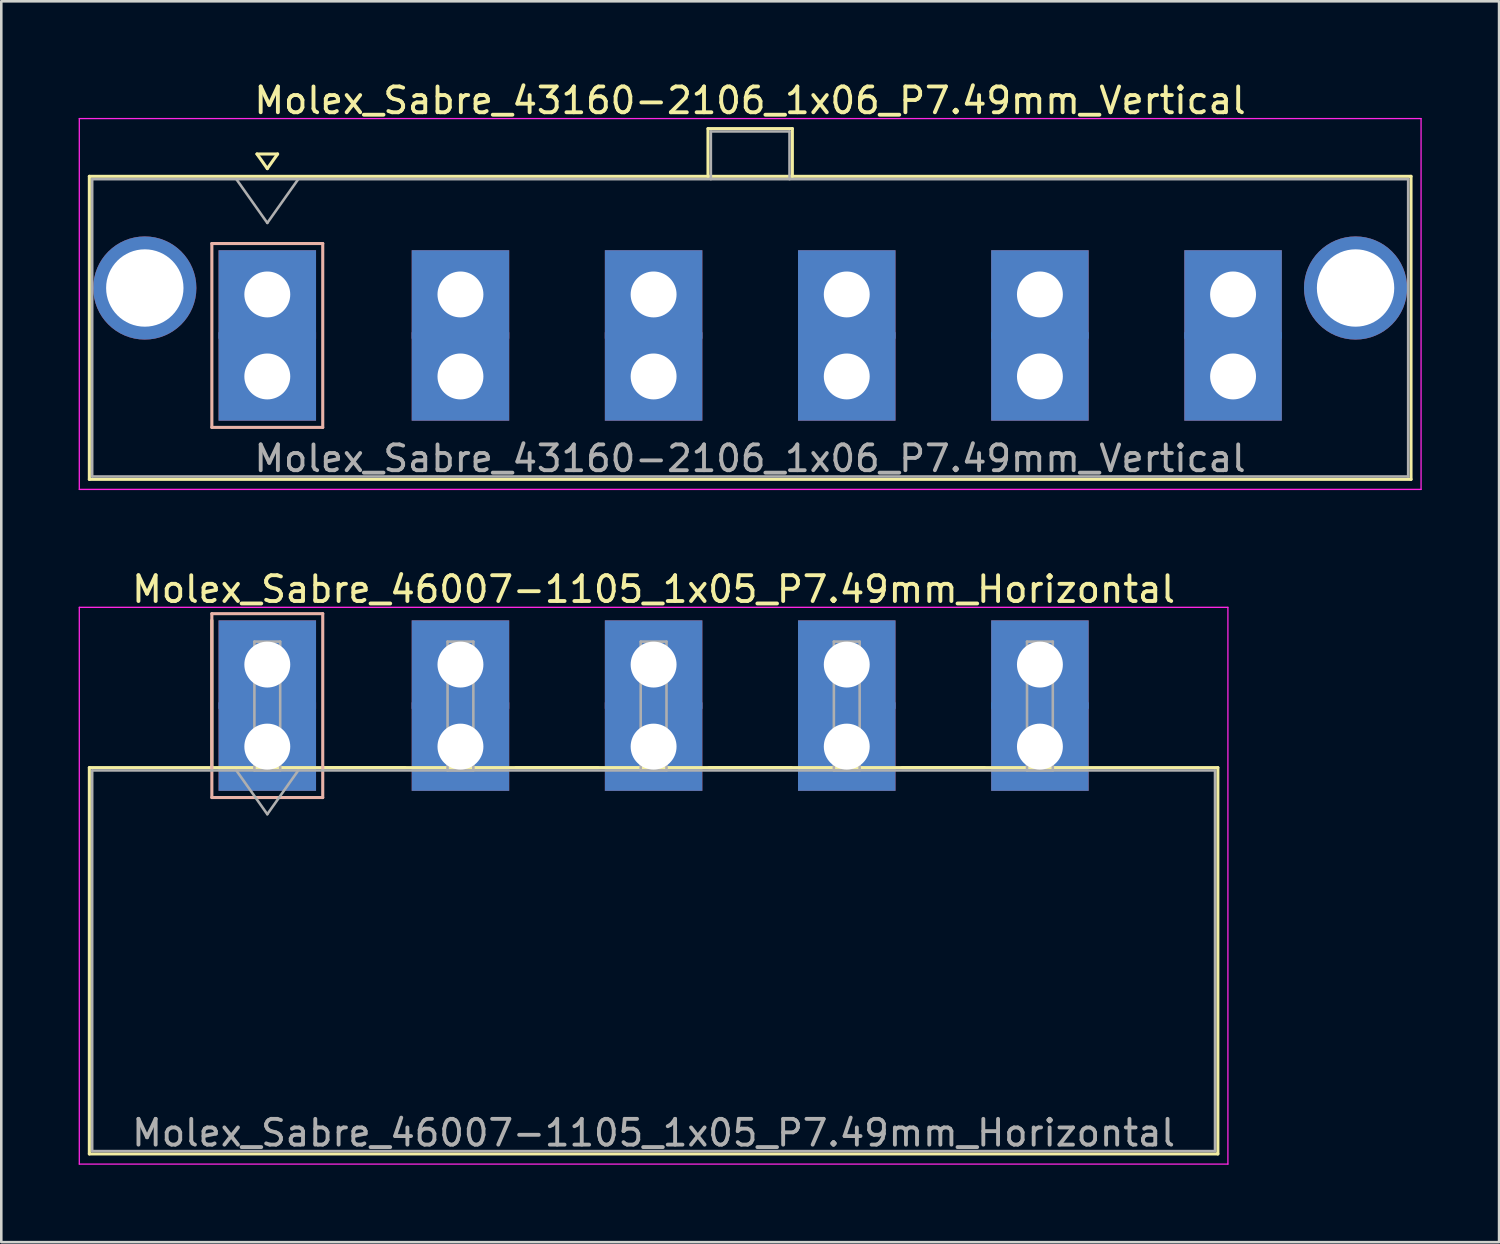
<source format=kicad_pcb>
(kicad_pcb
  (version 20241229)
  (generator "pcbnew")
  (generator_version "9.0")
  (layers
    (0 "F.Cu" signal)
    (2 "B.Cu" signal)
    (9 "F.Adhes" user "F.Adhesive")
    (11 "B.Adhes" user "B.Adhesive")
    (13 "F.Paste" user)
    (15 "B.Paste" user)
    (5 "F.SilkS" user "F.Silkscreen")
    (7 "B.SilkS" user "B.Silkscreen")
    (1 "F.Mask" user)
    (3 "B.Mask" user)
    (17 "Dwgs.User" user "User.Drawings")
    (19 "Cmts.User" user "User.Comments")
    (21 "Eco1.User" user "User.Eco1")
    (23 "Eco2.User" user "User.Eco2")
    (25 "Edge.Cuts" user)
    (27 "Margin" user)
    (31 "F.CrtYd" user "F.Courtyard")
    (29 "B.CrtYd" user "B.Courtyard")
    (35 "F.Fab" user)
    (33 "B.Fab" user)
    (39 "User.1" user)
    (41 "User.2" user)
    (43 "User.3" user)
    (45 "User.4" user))
  (footprint "Molex_Sabre_46007-1105_1x05_P7.49mm_Horizontal"
    (layer "F.Cu")
    (at 7.315 25.901)
    (property "Reference" "Molex_Sabre_46007-1105_1x05_P7.49mm_Horizontal" (at 14.98 -6.1 0) (layer "F.SilkS") (effects (font (size 1 1) (thickness 0.15))))
    (attr through_hole)
    (fp_line (start -6.9 0.815) (end -6.9 15.795) (stroke (width 0.12) (type solid)) (layer "F.SilkS"))
    (fp_line (start -6.9 15.795) (end 36.86 15.795) (stroke (width 0.12) (type solid)) (layer "F.SilkS"))
    (fp_line (start -2.15 0.815) (end -2.15 -4.895) (stroke (width 0.12) (type solid)) (layer "F.SilkS"))
    (fp_line (start 2.15 0.815) (end 5.34 0.815) (stroke (width 0.12) (type solid)) (layer "F.SilkS"))
    (fp_line (start 9.64 0.815) (end 12.83 0.815) (stroke (width 0.12) (type solid)) (layer "F.SilkS"))
    (fp_line (start 17.13 0.815) (end 20.32 0.815) (stroke (width 0.12) (type solid)) (layer "F.SilkS"))
    (fp_line (start 24.62 0.815) (end 27.81 0.815) (stroke (width 0.12) (type solid)) (layer "F.SilkS"))
    (fp_line (start 36.86 0.815) (end -6.9 0.815) (stroke (width 0.12) (type solid)) (layer "F.SilkS"))
    (fp_line (start 36.86 15.795) (end 36.86 0.815) (stroke (width 0.12) (type solid)) (layer "F.SilkS"))
    (fp_line (start -2.15 -5.155) (end -2.15 1.975) (stroke (width 0.12) (type solid)) (layer "B.SilkS"))
    (fp_line (start -2.15 1.975) (end 2.15 1.975) (stroke (width 0.12) (type solid)) (layer "B.SilkS"))
    (fp_line (start 2.15 -5.155) (end -2.15 -5.155) (stroke (width 0.12) (type solid)) (layer "B.SilkS"))
    (fp_line (start 2.15 1.975) (end 2.15 -5.155) (stroke (width 0.12) (type solid)) (layer "B.SilkS"))
    (fp_line (start -7.29 -5.4) (end -7.29 16.19) (stroke (width 0.05) (type solid)) (layer "F.CrtYd"))
    (fp_line (start -7.29 16.19) (end 37.25 16.19) (stroke (width 0.05) (type solid)) (layer "F.CrtYd"))
    (fp_line (start 37.25 -5.4) (end -7.29 -5.4) (stroke (width 0.05) (type solid)) (layer "F.CrtYd"))
    (fp_line (start 37.25 16.19) (end 37.25 -5.4) (stroke (width 0.05) (type solid)) (layer "F.CrtYd"))
    (fp_line (start -6.79 0.925) (end -6.79 15.685) (stroke (width 0.1) (type solid)) (layer "F.Fab"))
    (fp_line (start -6.79 15.685) (end 36.75 15.685) (stroke (width 0.1) (type solid)) (layer "F.Fab"))
    (fp_line (start -1.2 0.925) (end 0 2.622) (stroke (width 0.1) (type solid)) (layer "F.Fab"))
    (fp_line (start -0.5 -4.07) (end 0.5 -4.07) (stroke (width 0.1) (type solid)) (layer "F.Fab"))
    (fp_line (start -0.5 0.925) (end -0.5 -4.07) (stroke (width 0.1) (type solid)) (layer "F.Fab"))
    (fp_line (start 0 2.622) (end 1.2 0.925) (stroke (width 0.1) (type solid)) (layer "F.Fab"))
    (fp_line (start 0.5 -4.07) (end 0.5 0.925) (stroke (width 0.1) (type solid)) (layer "F.Fab"))
    (fp_line (start 0.5 0.925) (end -0.5 0.925) (stroke (width 0.1) (type solid)) (layer "F.Fab"))
    (fp_line (start 6.99 -4.07) (end 7.99 -4.07) (stroke (width 0.1) (type solid)) (layer "F.Fab"))
    (fp_line (start 6.99 0.925) (end 6.99 -4.07) (stroke (width 0.1) (type solid)) (layer "F.Fab"))
    (fp_line (start 7.99 -4.07) (end 7.99 0.925) (stroke (width 0.1) (type solid)) (layer "F.Fab"))
    (fp_line (start 7.99 0.925) (end 6.99 0.925) (stroke (width 0.1) (type solid)) (layer "F.Fab"))
    (fp_line (start 14.48 -4.07) (end 15.48 -4.07) (stroke (width 0.1) (type solid)) (layer "F.Fab"))
    (fp_line (start 14.48 0.925) (end 14.48 -4.07) (stroke (width 0.1) (type solid)) (layer "F.Fab"))
    (fp_line (start 15.48 -4.07) (end 15.48 0.925) (stroke (width 0.1) (type solid)) (layer "F.Fab"))
    (fp_line (start 15.48 0.925) (end 14.48 0.925) (stroke (width 0.1) (type solid)) (layer "F.Fab"))
    (fp_line (start 21.97 -4.07) (end 22.97 -4.07) (stroke (width 0.1) (type solid)) (layer "F.Fab"))
    (fp_line (start 21.97 0.925) (end 21.97 -4.07) (stroke (width 0.1) (type solid)) (layer "F.Fab"))
    (fp_line (start 22.97 -4.07) (end 22.97 0.925) (stroke (width 0.1) (type solid)) (layer "F.Fab"))
    (fp_line (start 22.97 0.925) (end 21.97 0.925) (stroke (width 0.1) (type solid)) (layer "F.Fab"))
    (fp_line (start 29.46 -4.07) (end 30.46 -4.07) (stroke (width 0.1) (type solid)) (layer "F.Fab"))
    (fp_line (start 29.46 0.925) (end 29.46 -4.07) (stroke (width 0.1) (type solid)) (layer "F.Fab"))
    (fp_line (start 30.46 -4.07) (end 30.46 0.925) (stroke (width 0.1) (type solid)) (layer "F.Fab"))
    (fp_line (start 30.46 0.925) (end 29.46 0.925) (stroke (width 0.1) (type solid)) (layer "F.Fab"))
    (fp_line (start 36.75 0.925) (end -6.79 0.925) (stroke (width 0.1) (type solid)) (layer "F.Fab"))
    (fp_line (start 36.75 15.685) (end 36.75 0.925) (stroke (width 0.1) (type solid)) (layer "F.Fab"))
    (fp_text user "${REFERENCE}" (at 14.98 14.98 0) (layer "F.Fab") (effects (font (size 1 1) (thickness 0.15))))
    (pad "1" thru_hole rect (at 0 -3.18) (size 3.78 3.43) (drill 1.78) (layers "*.Cu" "*.Mask"))
    (pad "1" thru_hole rect (at 0 0) (size 3.78 3.43) (drill 1.78) (layers "*.Cu" "*.Mask"))
    (pad "2" thru_hole rect (at 7.49 -3.18) (size 3.78 3.43) (drill 1.78) (layers "*.Cu" "*.Mask"))
    (pad "2" thru_hole rect (at 7.49 0) (size 3.78 3.43) (drill 1.78) (layers "*.Cu" "*.Mask"))
    (pad "3" thru_hole rect (at 14.98 -3.18) (size 3.78 3.43) (drill 1.78) (layers "*.Cu" "*.Mask"))
    (pad "3" thru_hole rect (at 14.98 0) (size 3.78 3.43) (drill 1.78) (layers "*.Cu" "*.Mask"))
    (pad "4" thru_hole rect (at 22.47 -3.18) (size 3.78 3.43) (drill 1.78) (layers "*.Cu" "*.Mask"))
    (pad "4" thru_hole rect (at 22.47 0) (size 3.78 3.43) (drill 1.78) (layers "*.Cu" "*.Mask"))
    (pad "5" thru_hole rect (at 29.96 -3.18) (size 3.78 3.43) (drill 1.78) (layers "*.Cu" "*.Mask"))
    (pad "5" thru_hole rect (at 29.96 0) (size 3.78 3.43) (drill 1.78) (layers "*.Cu" "*.Mask")))
  (footprint "Molex_Sabre_43160-2106_1x06_P7.49mm_Vertical"
    (layer "F.Cu")
    (at 7.315 11.548)
    (property "Reference" "Molex_Sabre_43160-2106_1x06_P7.49mm_Vertical" (at 18.72 -10.7 0) (layer "F.SilkS") (effects (font (size 1 1) (thickness 0.15))))
    (attr through_hole)
    (fp_line (start -6.9 -7.76) (end -6.9 3.99) (stroke (width 0.12) (type solid)) (layer "F.SilkS"))
    (fp_line (start -6.9 3.99) (end 44.35 3.99) (stroke (width 0.12) (type solid)) (layer "F.SilkS"))
    (fp_line (start -0.4 -8.626) (end 0 -8.06) (stroke (width 0.12) (type solid)) (layer "F.SilkS"))
    (fp_line (start 0 -8.06) (end 0.4 -8.626) (stroke (width 0.12) (type solid)) (layer "F.SilkS"))
    (fp_line (start 0.4 -8.626) (end -0.4 -8.626) (stroke (width 0.12) (type solid)) (layer "F.SilkS"))
    (fp_line (start 17.09 -9.61) (end 20.36 -9.61) (stroke (width 0.12) (type solid)) (layer "F.SilkS"))
    (fp_line (start 17.09 -7.76) (end 17.09 -9.61) (stroke (width 0.12) (type solid)) (layer "F.SilkS"))
    (fp_line (start 20.36 -9.61) (end 20.36 -7.76) (stroke (width 0.12) (type solid)) (layer "F.SilkS"))
    (fp_line (start 44.35 -7.76) (end -6.9 -7.76) (stroke (width 0.12) (type solid)) (layer "F.SilkS"))
    (fp_line (start 44.35 3.99) (end 44.35 -7.76) (stroke (width 0.12) (type solid)) (layer "F.SilkS"))
    (fp_line (start -2.15 -5.155) (end -2.15 1.975) (stroke (width 0.12) (type solid)) (layer "B.SilkS"))
    (fp_line (start -2.15 1.975) (end 2.15 1.975) (stroke (width 0.12) (type solid)) (layer "B.SilkS"))
    (fp_line (start 2.15 -5.155) (end -2.15 -5.155) (stroke (width 0.12) (type solid)) (layer "B.SilkS"))
    (fp_line (start 2.15 1.975) (end 2.15 -5.155) (stroke (width 0.12) (type solid)) (layer "B.SilkS"))
    (fp_line (start -7.29 -10) (end -7.29 4.38) (stroke (width 0.05) (type solid)) (layer "F.CrtYd"))
    (fp_line (start -7.29 4.38) (end 44.74 4.38) (stroke (width 0.05) (type solid)) (layer "F.CrtYd"))
    (fp_line (start 44.74 -10) (end -7.29 -10) (stroke (width 0.05) (type solid)) (layer "F.CrtYd"))
    (fp_line (start 44.74 4.38) (end 44.74 -10) (stroke (width 0.05) (type solid)) (layer "F.CrtYd"))
    (fp_line (start -6.79 -7.65) (end -6.79 3.88) (stroke (width 0.1) (type solid)) (layer "F.Fab"))
    (fp_line (start -6.79 3.88) (end 44.24 3.88) (stroke (width 0.1) (type solid)) (layer "F.Fab"))
    (fp_line (start -1.2 -7.65) (end 0 -5.953) (stroke (width 0.1) (type solid)) (layer "F.Fab"))
    (fp_line (start 0 -5.953) (end 1.2 -7.65) (stroke (width 0.1) (type solid)) (layer "F.Fab"))
    (fp_line (start 17.2 -9.5) (end 20.25 -9.5) (stroke (width 0.1) (type solid)) (layer "F.Fab"))
    (fp_line (start 17.2 -7.65) (end 17.2 -9.5) (stroke (width 0.1) (type solid)) (layer "F.Fab"))
    (fp_line (start 20.25 -9.5) (end 20.25 -7.65) (stroke (width 0.1) (type solid)) (layer "F.Fab"))
    (fp_line (start 44.24 -7.65) (end -6.79 -7.65) (stroke (width 0.1) (type solid)) (layer "F.Fab"))
    (fp_line (start 44.24 3.88) (end 44.24 -7.65) (stroke (width 0.1) (type solid)) (layer "F.Fab"))
    (fp_text user "${REFERENCE}" (at 18.72 3.18 0) (layer "F.Fab") (effects (font (size 1 1) (thickness 0.15))))
    (pad "" thru_hole circle (at -4.75 -3.43) (size 4 4) (drill 3) (layers "*.Cu" "*.Mask"))
    (pad "" thru_hole circle (at 42.2 -3.43) (size 4 4) (drill 3) (layers "*.Cu" "*.Mask"))
    (pad "1" thru_hole rect (at 0 -3.18) (size 3.78 3.43) (drill 1.78) (layers "*.Cu" "*.Mask"))
    (pad "1" thru_hole rect (at 0 0) (size 3.78 3.43) (drill 1.78) (layers "*.Cu" "*.Mask"))
    (pad "2" thru_hole rect (at 7.49 -3.18) (size 3.78 3.43) (drill 1.78) (layers "*.Cu" "*.Mask"))
    (pad "2" thru_hole rect (at 7.49 0) (size 3.78 3.43) (drill 1.78) (layers "*.Cu" "*.Mask"))
    (pad "3" thru_hole rect (at 14.98 -3.18) (size 3.78 3.43) (drill 1.78) (layers "*.Cu" "*.Mask"))
    (pad "3" thru_hole rect (at 14.98 0) (size 3.78 3.43) (drill 1.78) (layers "*.Cu" "*.Mask"))
    (pad "4" thru_hole rect (at 22.47 -3.18) (size 3.78 3.43) (drill 1.78) (layers "*.Cu" "*.Mask"))
    (pad "4" thru_hole rect (at 22.47 0) (size 3.78 3.43) (drill 1.78) (layers "*.Cu" "*.Mask"))
    (pad "5" thru_hole rect (at 29.96 -3.18) (size 3.78 3.43) (drill 1.78) (layers "*.Cu" "*.Mask"))
    (pad "5" thru_hole rect (at 29.96 0) (size 3.78 3.43) (drill 1.78) (layers "*.Cu" "*.Mask"))
    (pad "6" thru_hole rect (at 37.45 -3.18) (size 3.78 3.43) (drill 1.78) (layers "*.Cu" "*.Mask"))
    (pad "6" thru_hole rect (at 37.45 0) (size 3.78 3.43) (drill 1.78) (layers "*.Cu" "*.Mask")))
  (gr_rect
    (start -3 -3)
    (end 55.08 45.117)
    (stroke (width 0.1) (type default))
    (fill no)
    (layer "Edge.Cuts")))
</source>
